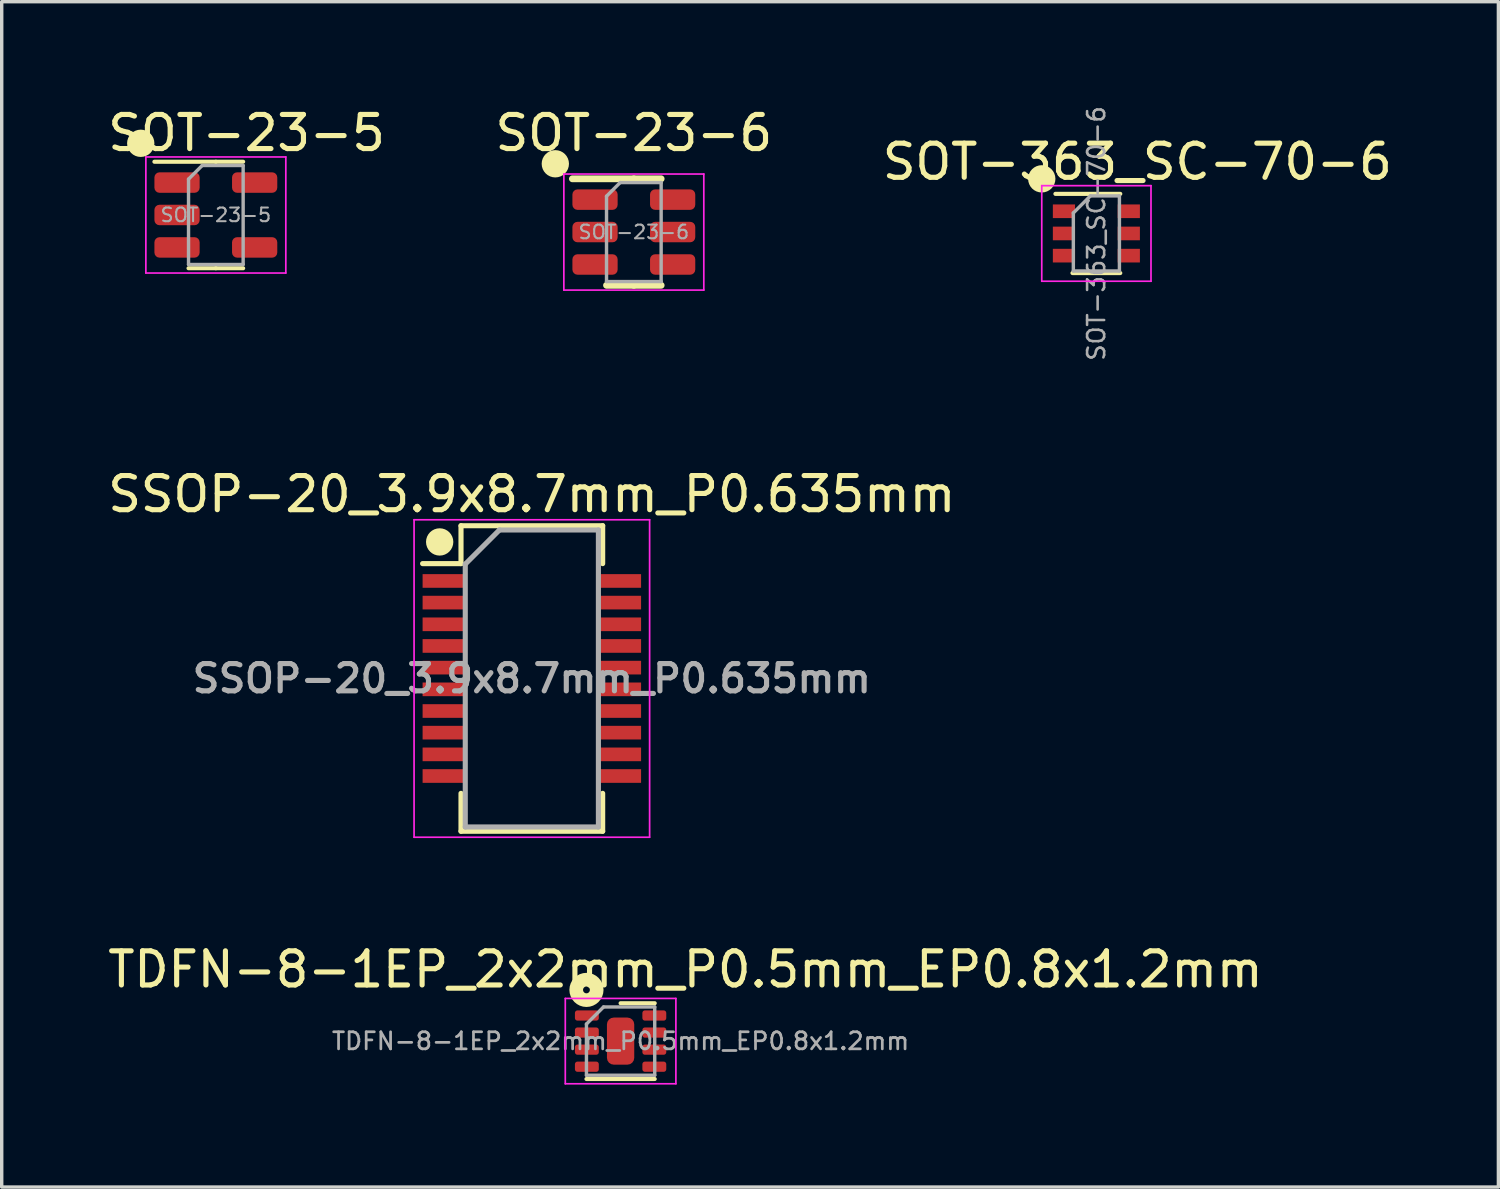
<source format=kicad_pcb>
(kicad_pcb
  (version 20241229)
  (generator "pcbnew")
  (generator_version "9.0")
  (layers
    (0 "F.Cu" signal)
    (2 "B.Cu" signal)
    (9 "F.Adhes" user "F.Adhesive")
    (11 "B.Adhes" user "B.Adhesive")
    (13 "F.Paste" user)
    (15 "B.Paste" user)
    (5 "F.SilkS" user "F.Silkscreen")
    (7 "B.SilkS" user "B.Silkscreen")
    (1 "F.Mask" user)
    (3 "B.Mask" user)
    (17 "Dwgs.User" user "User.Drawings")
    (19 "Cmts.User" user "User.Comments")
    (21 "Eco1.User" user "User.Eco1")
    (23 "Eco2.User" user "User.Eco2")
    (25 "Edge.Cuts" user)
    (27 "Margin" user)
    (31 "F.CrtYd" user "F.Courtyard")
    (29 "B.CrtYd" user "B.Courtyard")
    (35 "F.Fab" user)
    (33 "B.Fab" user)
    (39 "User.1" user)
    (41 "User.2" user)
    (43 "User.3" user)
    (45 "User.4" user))
  (footprint "SOT-363_SC-70-6"
    (layer "F.Cu")
    (at 29.068 3.789)
    (property "Reference" "SOT-363_SC-70-6" (at 1.2 -2.1 0) (layer "F.SilkS") (effects (font (size 1 1) (thickness 0.15))))
    (attr smd)
    (fp_line (start -0.7 1.16) (end 0.7 1.16) (stroke (width 0.12) (type solid)) (layer "F.SilkS"))
    (fp_line (start 0.7 -1.16) (end -1.2 -1.16) (stroke (width 0.12) (type solid)) (layer "F.SilkS"))
    (fp_circle (center -1.6 -1.6) (end -1.4 -1.6) (stroke (width 0.4) (type solid)) (fill no) (layer "F.SilkS"))
    (fp_line (start -1.6 -1.4) (end -1.6 1.4) (stroke (width 0.05) (type solid)) (layer "F.CrtYd"))
    (fp_line (start -1.6 -1.4) (end 1.6 -1.4) (stroke (width 0.05) (type solid)) (layer "F.CrtYd"))
    (fp_line (start -1.6 1.4) (end 1.6 1.4) (stroke (width 0.05) (type solid)) (layer "F.CrtYd"))
    (fp_line (start 1.6 1.4) (end 1.6 -1.4) (stroke (width 0.05) (type solid)) (layer "F.CrtYd"))
    (fp_line (start -0.675 -0.6) (end -0.675 1.1) (stroke (width 0.1) (type solid)) (layer "F.Fab"))
    (fp_line (start -0.175 -1.1) (end -0.675 -0.6) (stroke (width 0.1) (type solid)) (layer "F.Fab"))
    (fp_line (start 0.675 -1.1) (end -0.175 -1.1) (stroke (width 0.1) (type solid)) (layer "F.Fab"))
    (fp_line (start 0.675 -1.1) (end 0.675 1.1) (stroke (width 0.1) (type solid)) (layer "F.Fab"))
    (fp_line (start 0.675 1.1) (end -0.675 1.1) (stroke (width 0.1) (type solid)) (layer "F.Fab"))
    (fp_text user "${REFERENCE}" (at 0 0 90) (layer "F.Fab") (effects (font (size 0.5 0.5) (thickness 0.075))))
    (pad "1" smd rect (at -0.95 -0.65) (size 0.65 0.4) (layers "F.Cu" "F.Mask" "F.Paste"))
    (pad "2" smd rect (at -0.95 0) (size 0.65 0.4) (layers "F.Cu" "F.Mask" "F.Paste"))
    (pad "3" smd rect (at -0.95 0.65) (size 0.65 0.4) (layers "F.Cu" "F.Mask" "F.Paste"))
    (pad "4" smd rect (at 0.95 0.65) (size 0.65 0.4) (layers "F.Cu" "F.Mask" "F.Paste"))
    (pad "5" smd rect (at 0.95 0) (size 0.65 0.4) (layers "F.Cu" "F.Mask" "F.Paste"))
    (pad "6" smd rect (at 0.95 -0.65) (size 0.65 0.4) (layers "F.Cu" "F.Mask" "F.Paste")))
  (footprint "SOT-23-6"
    (layer "F.Cu")
    (at 15.518 3.748)
    (property "Reference" "SOT-23-6" (at 0 -2.9 0) (layer "F.SilkS") (effects (font (size 1 1) (thickness 0.15))))
    (attr smd)
    (fp_line (start 0 -1.56) (end -1.8 -1.56) (stroke (width 0.2) (type solid)) (layer "F.SilkS"))
    (fp_line (start 0 -1.56) (end 0.8 -1.56) (stroke (width 0.2) (type solid)) (layer "F.SilkS"))
    (fp_line (start 0 1.56) (end -0.8 1.56) (stroke (width 0.2) (type solid)) (layer "F.SilkS"))
    (fp_line (start 0 1.56) (end 0.8 1.56) (stroke (width 0.2) (type solid)) (layer "F.SilkS"))
    (fp_circle (center -2.3 -2) (end -2.1 -2) (stroke (width 0.4) (type solid)) (fill no) (layer "F.SilkS"))
    (fp_line (start -2.05 -1.7) (end -2.05 1.7) (stroke (width 0.05) (type solid)) (layer "F.CrtYd"))
    (fp_line (start -2.05 1.7) (end 2.05 1.7) (stroke (width 0.05) (type solid)) (layer "F.CrtYd"))
    (fp_line (start 2.05 -1.7) (end -2.05 -1.7) (stroke (width 0.05) (type solid)) (layer "F.CrtYd"))
    (fp_line (start 2.05 1.7) (end 2.05 -1.7) (stroke (width 0.05) (type solid)) (layer "F.CrtYd"))
    (fp_line (start -0.8 -1.05) (end -0.4 -1.45) (stroke (width 0.1) (type solid)) (layer "F.Fab"))
    (fp_line (start -0.8 1.45) (end -0.8 -1.05) (stroke (width 0.1) (type solid)) (layer "F.Fab"))
    (fp_line (start -0.4 -1.45) (end 0.8 -1.45) (stroke (width 0.1) (type solid)) (layer "F.Fab"))
    (fp_line (start 0.8 -1.45) (end 0.8 1.45) (stroke (width 0.1) (type solid)) (layer "F.Fab"))
    (fp_line (start 0.8 1.45) (end -0.8 1.45) (stroke (width 0.1) (type solid)) (layer "F.Fab"))
    (fp_text user "${REFERENCE}" (at 0 0 0) (layer "F.Fab") (effects (font (size 0.4 0.4) (thickness 0.06))))
    (pad "1" smd roundrect (at -1.137 -0.95) (size 1.325 0.6) (layers "F.Cu" "F.Mask" "F.Paste") (roundrect_rratio 0.25))
    (pad "2" smd roundrect (at -1.137 0) (size 1.325 0.6) (layers "F.Cu" "F.Mask" "F.Paste") (roundrect_rratio 0.25))
    (pad "3" smd roundrect (at -1.137 0.95) (size 1.325 0.6) (layers "F.Cu" "F.Mask" "F.Paste") (roundrect_rratio 0.25))
    (pad "4" smd roundrect (at 1.137 0.95) (size 1.325 0.6) (layers "F.Cu" "F.Mask" "F.Paste") (roundrect_rratio 0.25))
    (pad "5" smd roundrect (at 1.137 0) (size 1.325 0.6) (layers "F.Cu" "F.Mask" "F.Paste") (roundrect_rratio 0.25))
    (pad "6" smd roundrect (at 1.137 -0.95) (size 1.325 0.6) (layers "F.Cu" "F.Mask" "F.Paste") (roundrect_rratio 0.25)))
  (footprint "SSOP-20_3.9x8.7mm_P0.635mm"
    (layer "F.Cu")
    (at 12.53 16.826)
    (property "Reference" "SSOP-20_3.9x8.7mm_P0.635mm" (at 0 -5.4 0) (layer "F.SilkS") (effects (font (size 1 1) (thickness 0.15))))
    (attr smd)
    (fp_line (start -2.075 -4.475) (end 2.075 -4.475) (stroke (width 0.15) (type solid)) (layer "F.SilkS"))
    (fp_line (start -2.075 -3.365) (end -3.2 -3.365) (stroke (width 0.15) (type solid)) (layer "F.SilkS"))
    (fp_line (start -2.075 -3.365) (end -2.075 -4.475) (stroke (width 0.15) (type solid)) (layer "F.SilkS"))
    (fp_line (start -2.075 4.475) (end -2.075 3.365) (stroke (width 0.15) (type solid)) (layer "F.SilkS"))
    (fp_line (start -2.075 4.475) (end 2.075 4.475) (stroke (width 0.15) (type solid)) (layer "F.SilkS"))
    (fp_line (start 2.075 -4.475) (end 2.075 -3.365) (stroke (width 0.15) (type solid)) (layer "F.SilkS"))
    (fp_line (start 2.075 4.475) (end 2.075 3.365) (stroke (width 0.15) (type solid)) (layer "F.SilkS"))
    (fp_circle (center -2.7 -4) (end -2.5 -4) (stroke (width 0.4) (type solid)) (fill no) (layer "F.SilkS"))
    (fp_line (start -3.45 -4.65) (end -3.45 4.65) (stroke (width 0.05) (type solid)) (layer "F.CrtYd"))
    (fp_line (start -3.45 -4.65) (end 3.45 -4.65) (stroke (width 0.05) (type solid)) (layer "F.CrtYd"))
    (fp_line (start -3.45 4.65) (end 3.45 4.65) (stroke (width 0.05) (type solid)) (layer "F.CrtYd"))
    (fp_line (start 3.45 -4.65) (end 3.45 4.65) (stroke (width 0.05) (type solid)) (layer "F.CrtYd"))
    (fp_line (start -1.95 -3.35) (end -0.95 -4.35) (stroke (width 0.15) (type solid)) (layer "F.Fab"))
    (fp_line (start -1.95 4.35) (end -1.95 -3.35) (stroke (width 0.15) (type solid)) (layer "F.Fab"))
    (fp_line (start -0.95 -4.35) (end 1.95 -4.35) (stroke (width 0.15) (type solid)) (layer "F.Fab"))
    (fp_line (start 1.95 -4.35) (end 1.95 4.35) (stroke (width 0.15) (type solid)) (layer "F.Fab"))
    (fp_line (start 1.95 4.35) (end -1.95 4.35) (stroke (width 0.15) (type solid)) (layer "F.Fab"))
    (fp_text user "${REFERENCE}" (at 0 0 0) (layer "F.Fab") (effects (font (size 0.8 0.8) (thickness 0.15))))
    (pad "1" smd rect (at -2.6 -2.857) (size 1.2 0.4) (layers "F.Cu" "F.Mask" "F.Paste"))
    (pad "2" smd rect (at -2.6 -2.223) (size 1.2 0.4) (layers "F.Cu" "F.Mask" "F.Paste"))
    (pad "3" smd rect (at -2.6 -1.587) (size 1.2 0.4) (layers "F.Cu" "F.Mask" "F.Paste"))
    (pad "4" smd rect (at -2.6 -0.953) (size 1.2 0.4) (layers "F.Cu" "F.Mask" "F.Paste"))
    (pad "5" smd rect (at -2.6 -0.318) (size 1.2 0.4) (layers "F.Cu" "F.Mask" "F.Paste"))
    (pad "6" smd rect (at -2.6 0.318) (size 1.2 0.4) (layers "F.Cu" "F.Mask" "F.Paste"))
    (pad "7" smd rect (at -2.6 0.953) (size 1.2 0.4) (layers "F.Cu" "F.Mask" "F.Paste"))
    (pad "8" smd rect (at -2.6 1.587) (size 1.2 0.4) (layers "F.Cu" "F.Mask" "F.Paste"))
    (pad "9" smd rect (at -2.6 2.223) (size 1.2 0.4) (layers "F.Cu" "F.Mask" "F.Paste"))
    (pad "10" smd rect (at -2.6 2.857) (size 1.2 0.4) (layers "F.Cu" "F.Mask" "F.Paste"))
    (pad "11" smd rect (at 2.6 2.857) (size 1.2 0.4) (layers "F.Cu" "F.Mask" "F.Paste"))
    (pad "12" smd rect (at 2.6 2.223) (size 1.2 0.4) (layers "F.Cu" "F.Mask" "F.Paste"))
    (pad "13" smd rect (at 2.6 1.587) (size 1.2 0.4) (layers "F.Cu" "F.Mask" "F.Paste"))
    (pad "14" smd rect (at 2.6 0.953) (size 1.2 0.4) (layers "F.Cu" "F.Mask" "F.Paste"))
    (pad "15" smd rect (at 2.6 0.318) (size 1.2 0.4) (layers "F.Cu" "F.Mask" "F.Paste"))
    (pad "16" smd rect (at 2.6 -0.318) (size 1.2 0.4) (layers "F.Cu" "F.Mask" "F.Paste"))
    (pad "17" smd rect (at 2.6 -0.953) (size 1.2 0.4) (layers "F.Cu" "F.Mask" "F.Paste"))
    (pad "18" smd rect (at 2.6 -1.587) (size 1.2 0.4) (layers "F.Cu" "F.Mask" "F.Paste"))
    (pad "19" smd rect (at 2.6 -2.223) (size 1.2 0.4) (layers "F.Cu" "F.Mask" "F.Paste"))
    (pad "20" smd rect (at 2.6 -2.857) (size 1.2 0.4) (layers "F.Cu" "F.Mask" "F.Paste")))
  (footprint "SOT-23-5"
    (layer "F.Cu")
    (at 3.273 3.248)
    (property "Reference" "SOT-23-5" (at 0.9 -2.4 0) (layer "F.SilkS") (effects (font (size 1 1) (thickness 0.15))))
    (attr smd)
    (fp_line (start 0 -1.56) (end -1.8 -1.56) (stroke (width 0.12) (type solid)) (layer "F.SilkS"))
    (fp_line (start 0 -1.56) (end 0.8 -1.56) (stroke (width 0.12) (type solid)) (layer "F.SilkS"))
    (fp_line (start 0 1.56) (end -0.8 1.56) (stroke (width 0.12) (type solid)) (layer "F.SilkS"))
    (fp_line (start 0 1.56) (end 0.8 1.56) (stroke (width 0.12) (type solid)) (layer "F.SilkS"))
    (fp_circle (center -2.2 -2.1) (end -2 -2.1) (stroke (width 0.4) (type solid)) (fill no) (layer "F.SilkS"))
    (fp_line (start -2.05 -1.7) (end -2.05 1.7) (stroke (width 0.05) (type solid)) (layer "F.CrtYd"))
    (fp_line (start -2.05 1.7) (end 2.05 1.7) (stroke (width 0.05) (type solid)) (layer "F.CrtYd"))
    (fp_line (start 2.05 -1.7) (end -2.05 -1.7) (stroke (width 0.05) (type solid)) (layer "F.CrtYd"))
    (fp_line (start 2.05 1.7) (end 2.05 -1.7) (stroke (width 0.05) (type solid)) (layer "F.CrtYd"))
    (fp_line (start -0.8 -1.05) (end -0.4 -1.45) (stroke (width 0.1) (type solid)) (layer "F.Fab"))
    (fp_line (start -0.8 1.45) (end -0.8 -1.05) (stroke (width 0.1) (type solid)) (layer "F.Fab"))
    (fp_line (start -0.4 -1.45) (end 0.8 -1.45) (stroke (width 0.1) (type solid)) (layer "F.Fab"))
    (fp_line (start 0.8 -1.45) (end 0.8 1.45) (stroke (width 0.1) (type solid)) (layer "F.Fab"))
    (fp_line (start 0.8 1.45) (end -0.8 1.45) (stroke (width 0.1) (type solid)) (layer "F.Fab"))
    (fp_text user "${REFERENCE}" (at 0 0 0) (layer "F.Fab") (effects (font (size 0.4 0.4) (thickness 0.06))))
    (pad "1" smd roundrect (at -1.137 -0.95) (size 1.325 0.6) (layers "F.Cu" "F.Mask" "F.Paste") (roundrect_rratio 0.25))
    (pad "2" smd roundrect (at -1.137 0) (size 1.325 0.6) (layers "F.Cu" "F.Mask" "F.Paste") (roundrect_rratio 0.25))
    (pad "3" smd roundrect (at -1.137 0.95) (size 1.325 0.6) (layers "F.Cu" "F.Mask" "F.Paste") (roundrect_rratio 0.25))
    (pad "4" smd roundrect (at 1.137 0.95) (size 1.325 0.6) (layers "F.Cu" "F.Mask" "F.Paste") (roundrect_rratio 0.25))
    (pad "5" smd roundrect (at 1.137 -0.95) (size 1.325 0.6) (layers "F.Cu" "F.Mask" "F.Paste") (roundrect_rratio 0.25)))
  (footprint "TDFN-8-1EP_2x2mm_P0.5mm_EP0.8x1.2mm"
    (layer "F.Cu")
    (at 15.13 27.449)
    (property "Reference" "TDFN-8-1EP_2x2mm_P0.5mm_EP0.8x1.2mm" (at 1.9 -2.1 0) (layer "F.SilkS") (effects (font (size 1 1) (thickness 0.15))))
    (attr smd)
    (fp_line (start -1 1.11) (end 1 1.11) (stroke (width 0.12) (type solid)) (layer "F.SilkS"))
    (fp_line (start 0 -1.11) (end 1 -1.11) (stroke (width 0.12) (type solid)) (layer "F.SilkS"))
    (fp_circle (center -1 -1.5) (end -0.9 -1.5) (stroke (width 0.4) (type solid)) (fill no) (layer "F.SilkS"))
    (fp_line (start -1.62 -1.25) (end -1.62 1.25) (stroke (width 0.05) (type solid)) (layer "F.CrtYd"))
    (fp_line (start -1.62 1.25) (end 1.62 1.25) (stroke (width 0.05) (type solid)) (layer "F.CrtYd"))
    (fp_line (start 1.62 -1.25) (end -1.62 -1.25) (stroke (width 0.05) (type solid)) (layer "F.CrtYd"))
    (fp_line (start 1.62 1.25) (end 1.62 -1.25) (stroke (width 0.05) (type solid)) (layer "F.CrtYd"))
    (fp_line (start -1 -0.5) (end -0.5 -1) (stroke (width 0.1) (type solid)) (layer "F.Fab"))
    (fp_line (start -1 1) (end -1 -0.5) (stroke (width 0.1) (type solid)) (layer "F.Fab"))
    (fp_line (start -0.5 -1) (end 1 -1) (stroke (width 0.1) (type solid)) (layer "F.Fab"))
    (fp_line (start 1 -1) (end 1 1) (stroke (width 0.1) (type solid)) (layer "F.Fab"))
    (fp_line (start 1 1) (end -1 1) (stroke (width 0.1) (type solid)) (layer "F.Fab"))
    (fp_text user "${REFERENCE}" (at 0 0 0) (layer "F.Fab") (effects (font (size 0.5 0.5) (thickness 0.08))))
    (pad "1" smd roundrect (at -0.988 -0.75) (size 0.7 0.3) (layers "F.Cu" "F.Mask" "F.Paste") (roundrect_rratio 0.25))
    (pad "2" smd roundrect (at -0.988 -0.25) (size 0.7 0.3) (layers "F.Cu" "F.Mask" "F.Paste") (roundrect_rratio 0.25))
    (pad "3" smd roundrect (at -0.988 0.25) (size 0.7 0.3) (layers "F.Cu" "F.Mask" "F.Paste") (roundrect_rratio 0.25))
    (pad "4" smd roundrect (at -0.988 0.75) (size 0.7 0.3) (layers "F.Cu" "F.Mask" "F.Paste") (roundrect_rratio 0.25))
    (pad "5" smd roundrect (at 0.988 0.75) (size 0.7 0.3) (layers "F.Cu" "F.Mask" "F.Paste") (roundrect_rratio 0.25))
    (pad "6" smd roundrect (at 0.988 0.25) (size 0.7 0.3) (layers "F.Cu" "F.Mask" "F.Paste") (roundrect_rratio 0.25))
    (pad "7" smd roundrect (at 0.988 -0.25) (size 0.7 0.3) (layers "F.Cu" "F.Mask" "F.Paste") (roundrect_rratio 0.25))
    (pad "8" smd roundrect (at 0.988 -0.75) (size 0.7 0.3) (layers "F.Cu" "F.Mask" "F.Paste") (roundrect_rratio 0.25))
    (pad "9" smd roundrect (at 0 0) (size 0.8 1.38) (layers "F.Cu" "F.Mask" "F.Paste") (roundrect_rratio 0.25)))
  (gr_rect
    (start -3 -3)
    (end 40.845 31.724)
    (stroke (width 0.1) (type default))
    (fill no)
    (layer "Edge.Cuts")))
</source>
